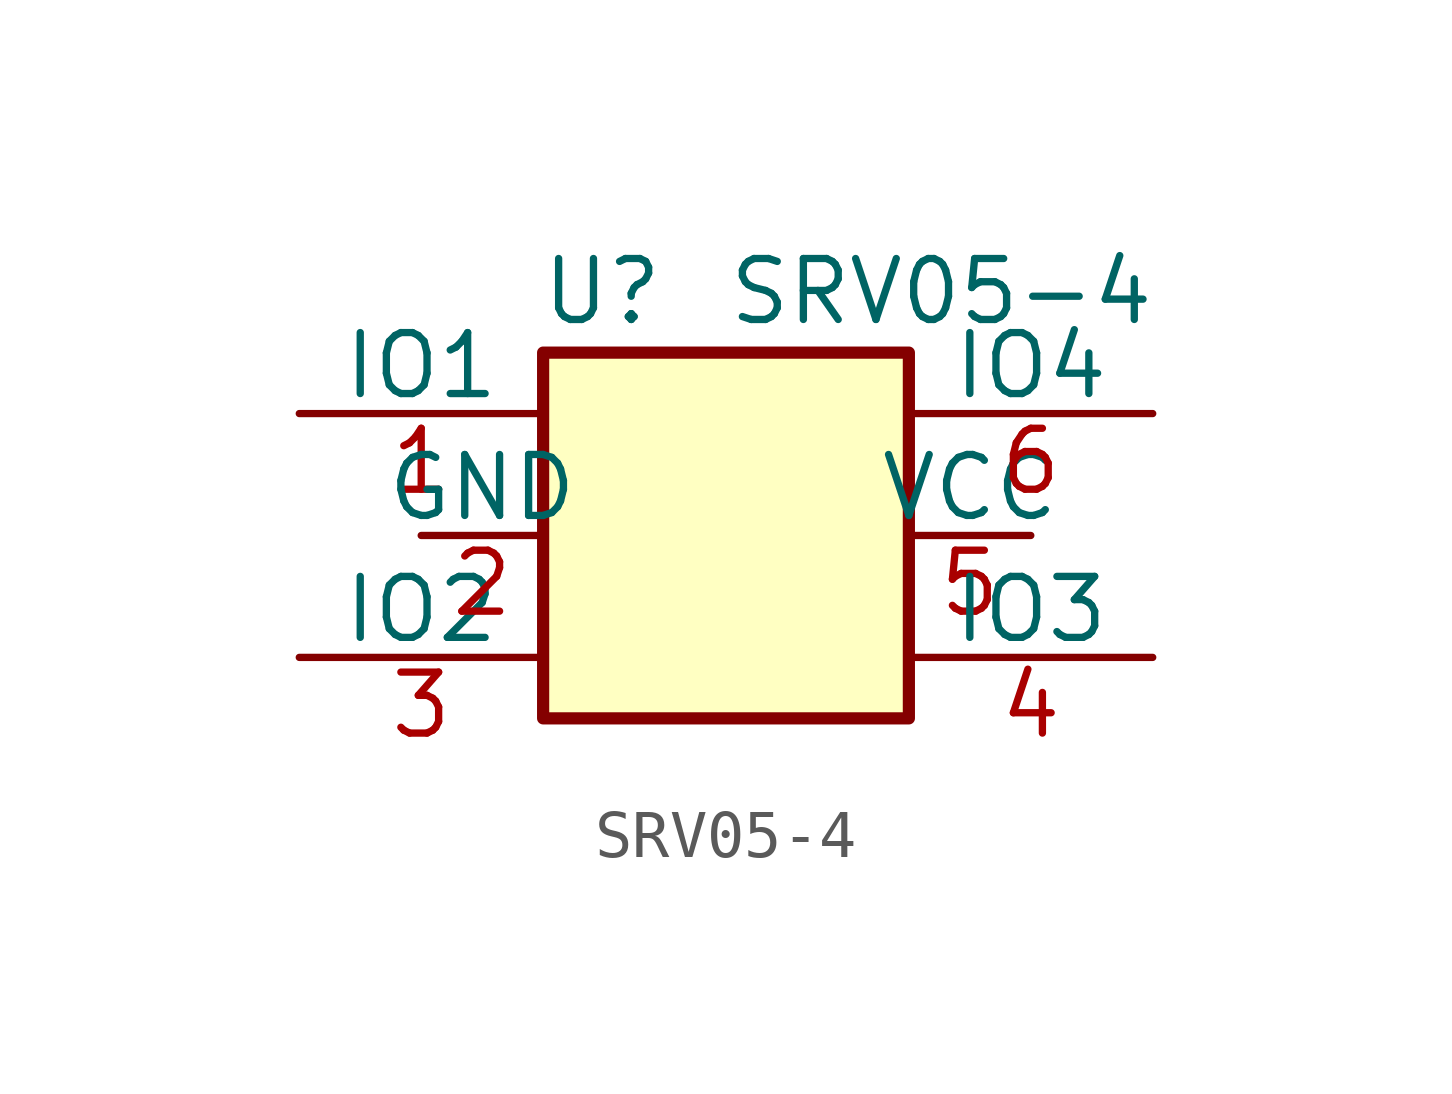
<source format=kicad_sym>
(kicad_symbol_lib
  (version 20211014)
  (generator kicad_symbol_editor)
  (symbol "SRV05-4"
    (pin_names
      (offset 0))
    (property "Reference" "U"
      (at -1.27 5.08 0)
      (effects (font (size 1.27 1.27)) (justify right)))
    (property "Value" "SRV05-4"
      (at 0 5.08 0)
      (effects (font (size 1.27 1.27)) (justify left)))
    (symbol "SRV05-4_0_1"
      (rectangle (start -3.81 3.81) (end 3.81 -3.81) (stroke (width 0.254) (type default) (color 0 0 0 0)) (fill (type background))))
    (symbol "SRV05-4_1_1"
      (pin passive line (at -8.89 2.54 0) (length 5.08) (name "IO1" (effects (font (size 1.27 1.27)))) (number "1" (effects (font (size 1.27 1.27)))))
      (pin passive line (at -6.35 0 0) (length 2.54) (name "GND" (effects (font (size 1.27 1.27)))) (number "2" (effects (font (size 1.27 1.27)))))
      (pin passive line (at -8.89 -2.54 0) (length 5.08) (name "IO2" (effects (font (size 1.27 1.27)))) (number "3" (effects (font (size 1.27 1.27)))))
      (pin passive line (at 8.89 -2.54 180) (length 5.08) (name "IO3" (effects (font (size 1.27 1.27)))) (number "4" (effects (font (size 1.27 1.27)))))
      (pin passive line (at 6.35 0 180) (length 2.54) (name "VCC" (effects (font (size 1.27 1.27)))) (number "5" (effects (font (size 1.27 1.27)))))
      (pin passive line (at 8.89 2.54 180) (length 5.08) (name "IO4" (effects (font (size 1.27 1.27)))) (number "6" (effects (font (size 1.27 1.27))))))))
</source>
